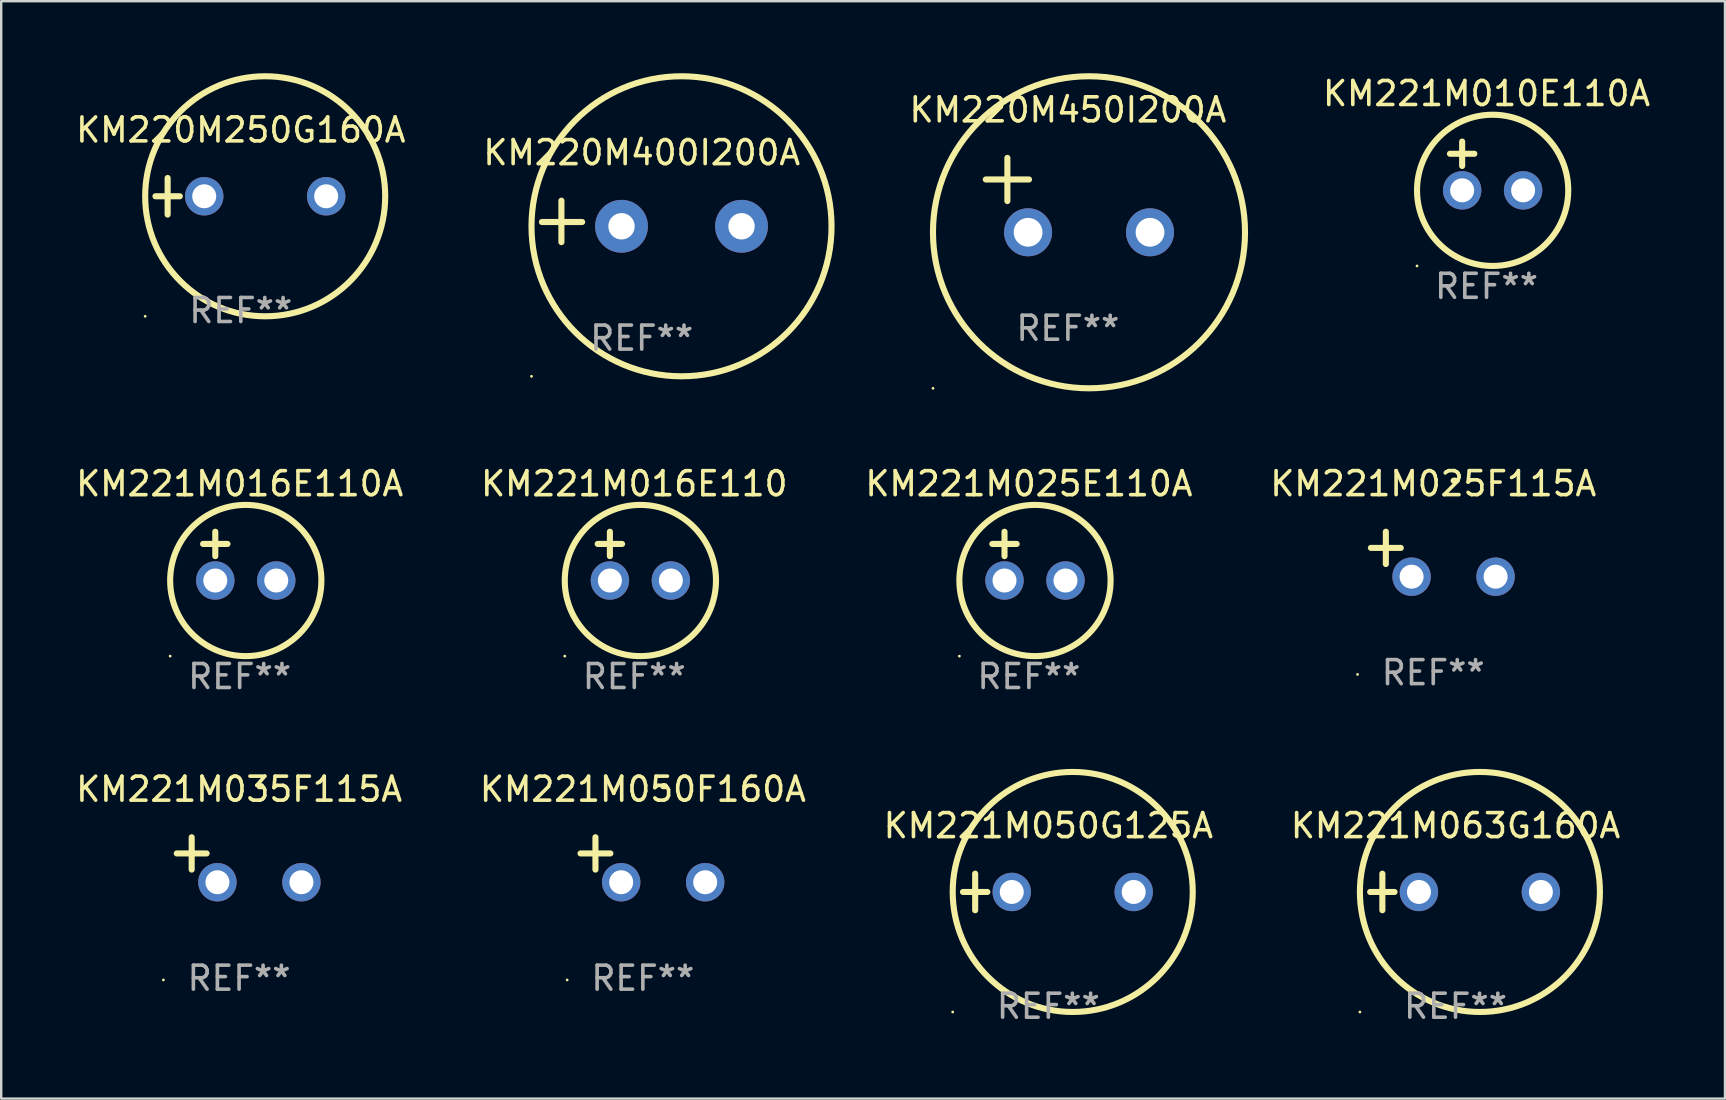
<source format=kicad_pcb>
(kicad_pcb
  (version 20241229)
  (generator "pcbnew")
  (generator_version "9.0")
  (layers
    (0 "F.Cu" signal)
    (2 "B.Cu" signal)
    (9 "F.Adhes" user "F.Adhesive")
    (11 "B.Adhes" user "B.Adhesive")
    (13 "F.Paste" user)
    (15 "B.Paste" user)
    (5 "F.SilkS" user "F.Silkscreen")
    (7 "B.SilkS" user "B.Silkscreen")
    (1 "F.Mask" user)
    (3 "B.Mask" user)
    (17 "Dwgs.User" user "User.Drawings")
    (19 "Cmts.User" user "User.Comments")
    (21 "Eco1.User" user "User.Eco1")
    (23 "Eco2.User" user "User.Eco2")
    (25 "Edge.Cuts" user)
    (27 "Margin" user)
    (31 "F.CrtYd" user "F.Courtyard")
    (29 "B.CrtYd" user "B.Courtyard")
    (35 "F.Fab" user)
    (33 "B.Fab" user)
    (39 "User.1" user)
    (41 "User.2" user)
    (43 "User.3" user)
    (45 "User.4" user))
  (footprint "KM221M035F115A"
    (layer "F.Cu")
    (at 6.911 32.768)
    (property "Reference" "KM221M035F115A" (at 0 -2.937 0) (layer "F.SilkS") (effects (font (size 1 1) (thickness 0.15))))
    (attr through_hole)
    (fp_line (start -1.975 0.41) (end -1.975 -0.937) (stroke (width 0.254) (type solid)) (layer "F.SilkS"))
    (fp_line (start -1.353 -0.263) (end -2.597 -0.263) (stroke (width 0.254) (type solid)) (layer "F.SilkS"))
    (fp_arc (start 0.849809 -3.063957) (mid 0.885369 -3.064114) (end 0.920929 -3.063957) (stroke (width 0.254001) (type solid)) (layer "F.SilkS"))
    (fp_circle (center -3.154 5.008) (end -3.124 5.008) (stroke (width 0.06) (type solid)) (fill no) (layer "F.SilkS"))
    (fp_text user "REF**" (at 0 4.937 0) (layer "F.Fab") (effects (font (size 1 1) (thickness 0.15))))
    (pad "1" thru_hole circle (at -0.903 0.937) (size 1.6 1.6) (drill 1) (layers "*.Cu" "*.Mask"))
    (pad "2" thru_hole circle (at 2.597 0.937) (size 1.6 1.6) (drill 1) (layers "*.Cu" "*.Mask")))
  (footprint "KM221M050F160A"
    (layer "F.Cu")
    (at 23.732 32.768)
    (property "Reference" "KM221M050F160A" (at 0 -2.937 0) (layer "F.SilkS") (effects (font (size 1 1) (thickness 0.15))))
    (attr through_hole)
    (fp_line (start -1.975 0.41) (end -1.975 -0.937) (stroke (width 0.254) (type solid)) (layer "F.SilkS"))
    (fp_line (start -1.353 -0.263) (end -2.597 -0.263) (stroke (width 0.254) (type solid)) (layer "F.SilkS"))
    (fp_arc (start 0.849809 -3.063957) (mid 0.885369 -3.064114) (end 0.920929 -3.063957) (stroke (width 0.254001) (type solid)) (layer "F.SilkS"))
    (fp_circle (center -3.154 5.008) (end -3.124 5.008) (stroke (width 0.06) (type solid)) (fill no) (layer "F.SilkS"))
    (fp_text user "REF**" (at 0 4.937 0) (layer "F.Fab") (effects (font (size 1 1) (thickness 0.15))))
    (pad "1" thru_hole circle (at -0.903 0.937) (size 1.6 1.6) (drill 1) (layers "*.Cu" "*.Mask"))
    (pad "2" thru_hole circle (at 2.597 0.937) (size 1.6 1.6) (drill 1) (layers "*.Cu" "*.Mask")))
  (footprint "KM220M450I200A"
    (layer "F.Cu")
    (at 41.44 5.077)
    (property "Reference" "KM220M450I200A" (at 0 -3.55 0) (layer "F.SilkS") (effects (font (size 1 1) (thickness 0.15))))
    (attr through_hole)
    (fp_line (start -3.421 -0.65) (end -1.621 -0.65) (stroke (width 0.254) (type solid)) (layer "F.SilkS"))
    (fp_line (start -2.521 -1.55) (end -2.521 0.25) (stroke (width 0.254) (type solid)) (layer "F.SilkS"))
    (fp_circle (center -5.619 8.05) (end -5.589 8.05) (stroke (width 0.06) (type solid)) (fill no) (layer "F.SilkS"))
    (fp_circle (center 0.879 1.55) (end 7.379 1.55) (stroke (width 0.254) (type solid)) (fill no) (layer "F.SilkS"))
    (fp_text user "REF**" (at 0 5.55 0) (layer "F.Fab") (effects (font (size 1 1) (thickness 0.15))))
    (pad "1" thru_hole circle (at -1.659 1.55) (size 2 2) (drill 1.2) (layers "*.Cu" "*.Mask"))
    (pad "2" thru_hole circle (at 3.421 1.55) (size 2 2) (drill 1.2) (layers "*.Cu" "*.Mask")))
  (footprint "KM220M400I200A"
    (layer "F.Cu")
    (at 23.685 6.174)
    (property "Reference" "KM220M400I200A" (at 0 -2.864 0) (layer "F.SilkS") (effects (font (size 1 1) (thickness 0.15))))
    (attr through_hole)
    (fp_line (start -3.346 0.864) (end -3.346 -0.864) (stroke (width 0.254) (type solid)) (layer "F.SilkS"))
    (fp_line (start -2.482 0.025) (end -4.158 0.025) (stroke (width 0.254) (type solid)) (layer "F.SilkS"))
    (fp_circle (center -4.592 6.453) (end -4.562 6.453) (stroke (width 0.06) (type solid)) (fill no) (layer "F.SilkS"))
    (fp_circle (center 1.658 0.203) (end 7.908 0.203) (stroke (width 0.254) (type solid)) (fill no) (layer "F.SilkS"))
    (fp_text user "REF**" (at 0 4.864 0) (layer "F.Fab") (effects (font (size 1 1) (thickness 0.15))))
    (pad "1" thru_hole circle (at -0.842 0.203) (size 2.2 2.2) (drill 1.1) (layers "*.Cu" "*.Mask"))
    (pad "2" thru_hole circle (at 4.158 0.203) (size 2.2 2.2) (drill 1.1) (layers "*.Cu" "*.Mask")))
  (footprint "KM221M050G125A"
    (layer "F.Cu")
    (at 40.625 34.11)
    (property "Reference" "KM221M050G125A" (at 0 -2.762 0) (layer "F.SilkS") (effects (font (size 1 1) (thickness 0.15))))
    (attr through_hole)
    (fp_line (start -3.556 0) (end -2.54 0) (stroke (width 0.254) (type solid)) (layer "F.SilkS"))
    (fp_line (start -3.048 -0.762) (end -3.048 0.762) (stroke (width 0.254) (type solid)) (layer "F.SilkS"))
    (fp_circle (center -3.984 5) (end -3.954 5) (stroke (width 0.06) (type solid)) (fill no) (layer "F.SilkS"))
    (fp_circle (center 1.016 0) (end 6.016 0) (stroke (width 0.254) (type solid)) (fill no) (layer "F.SilkS"))
    (fp_text user "REF**" (at 0 4.762 0) (layer "F.Fab") (effects (font (size 1 1) (thickness 0.15))))
    (pad "1" thru_hole circle (at -1.524 0) (size 1.6 1.6) (drill 1) (layers "*.Cu" "*.Mask"))
    (pad "2" thru_hole circle (at 3.556 0) (size 1.6 1.6) (drill 1) (layers "*.Cu" "*.Mask")))
  (footprint "KM221M016E110A"
    (layer "F.Cu")
    (at 6.935 20.119)
    (property "Reference" "KM221M016E110A" (at 0 -3.016 0) (layer "F.SilkS") (effects (font (size 1 1) (thickness 0.15))))
    (attr through_hole)
    (fp_line (start -1.524 -0.508) (end -0.508 -0.508) (stroke (width 0.254) (type solid)) (layer "F.SilkS"))
    (fp_line (start -1.016 -1.016) (end -1.016 0) (stroke (width 0.254) (type solid)) (layer "F.SilkS"))
    (fp_circle (center -2.896 4.166) (end -2.866 4.166) (stroke (width 0.06) (type solid)) (fill no) (layer "F.SilkS"))
    (fp_circle (center 0.254 1.016) (end 3.404 1.016) (stroke (width 0.254) (type solid)) (fill no) (layer "F.SilkS"))
    (fp_text user "REF**" (at 0 5.016 0) (layer "F.Fab") (effects (font (size 1 1) (thickness 0.15))))
    (pad "1" thru_hole circle (at -1.016 1.016) (size 1.6 1.6) (drill 1) (layers "*.Cu" "*.Mask"))
    (pad "2" thru_hole circle (at 1.524 1.016) (size 1.6 1.6) (drill 1) (layers "*.Cu" "*.Mask")))
  (footprint "KM221M063G160A"
    (layer "F.Cu")
    (at 57.589 34.11)
    (property "Reference" "KM221M063G160A" (at 0 -2.762 0) (layer "F.SilkS") (effects (font (size 1 1) (thickness 0.15))))
    (attr through_hole)
    (fp_line (start -3.556 0) (end -2.54 0) (stroke (width 0.254) (type solid)) (layer "F.SilkS"))
    (fp_line (start -3.048 -0.762) (end -3.048 0.762) (stroke (width 0.254) (type solid)) (layer "F.SilkS"))
    (fp_circle (center -3.984 5) (end -3.954 5) (stroke (width 0.06) (type solid)) (fill no) (layer "F.SilkS"))
    (fp_circle (center 1.016 0) (end 6.016 0) (stroke (width 0.254) (type solid)) (fill no) (layer "F.SilkS"))
    (fp_text user "REF**" (at 0 4.762 0) (layer "F.Fab") (effects (font (size 1 1) (thickness 0.15))))
    (pad "1" thru_hole circle (at -1.524 0) (size 1.6 1.6) (drill 1) (layers "*.Cu" "*.Mask"))
    (pad "2" thru_hole circle (at 3.556 0) (size 1.6 1.6) (drill 1) (layers "*.Cu" "*.Mask")))
  (footprint "KM221M025F115A"
    (layer "F.Cu")
    (at 56.661 20.039)
    (property "Reference" "KM221M025F115A" (at 0 -2.937 0) (layer "F.SilkS") (effects (font (size 1 1) (thickness 0.15))))
    (attr through_hole)
    (fp_line (start -1.975 0.41) (end -1.975 -0.937) (stroke (width 0.254) (type solid)) (layer "F.SilkS"))
    (fp_line (start -1.353 -0.263) (end -2.597 -0.263) (stroke (width 0.254) (type solid)) (layer "F.SilkS"))
    (fp_arc (start 0.849809 -3.063957) (mid 0.885369 -3.064114) (end 0.920929 -3.063957) (stroke (width 0.254001) (type solid)) (layer "F.SilkS"))
    (fp_circle (center -3.154 5.008) (end -3.124 5.008) (stroke (width 0.06) (type solid)) (fill no) (layer "F.SilkS"))
    (fp_text user "REF**" (at 0 4.937 0) (layer "F.Fab") (effects (font (size 1 1) (thickness 0.15))))
    (pad "1" thru_hole circle (at -0.903 0.937) (size 1.6 1.6) (drill 1) (layers "*.Cu" "*.Mask"))
    (pad "2" thru_hole circle (at 2.597 0.937) (size 1.6 1.6) (drill 1) (layers "*.Cu" "*.Mask")))
  (footprint "KM221M010E110A"
    (layer "F.Cu")
    (at 58.881 3.864)
    (property "Reference" "KM221M010E110A" (at 0 -3.016 0) (layer "F.SilkS") (effects (font (size 1 1) (thickness 0.15))))
    (attr through_hole)
    (fp_line (start -1.524 -0.508) (end -0.508 -0.508) (stroke (width 0.254) (type solid)) (layer "F.SilkS"))
    (fp_line (start -1.016 -1.016) (end -1.016 0) (stroke (width 0.254) (type solid)) (layer "F.SilkS"))
    (fp_circle (center -2.896 4.166) (end -2.866 4.166) (stroke (width 0.06) (type solid)) (fill no) (layer "F.SilkS"))
    (fp_circle (center 0.254 1.016) (end 3.404 1.016) (stroke (width 0.254) (type solid)) (fill no) (layer "F.SilkS"))
    (fp_text user "REF**" (at 0 5.016 0) (layer "F.Fab") (effects (font (size 1 1) (thickness 0.15))))
    (pad "1" thru_hole circle (at -1.016 1.016) (size 1.6 1.6) (drill 1) (layers "*.Cu" "*.Mask"))
    (pad "2" thru_hole circle (at 1.524 1.016) (size 1.6 1.6) (drill 1) (layers "*.Cu" "*.Mask")))
  (footprint "KM220M250G160A"
    (layer "F.Cu")
    (at 6.982 5.127)
    (property "Reference" "KM220M250G160A" (at 0 -2.762 0) (layer "F.SilkS") (effects (font (size 1 1) (thickness 0.15))))
    (attr through_hole)
    (fp_line (start -3.556 0) (end -2.54 0) (stroke (width 0.254) (type solid)) (layer "F.SilkS"))
    (fp_line (start -3.048 -0.762) (end -3.048 0.762) (stroke (width 0.254) (type solid)) (layer "F.SilkS"))
    (fp_circle (center -3.984 5) (end -3.954 5) (stroke (width 0.06) (type solid)) (fill no) (layer "F.SilkS"))
    (fp_circle (center 1.016 0) (end 6.016 0) (stroke (width 0.254) (type solid)) (fill no) (layer "F.SilkS"))
    (fp_text user "REF**" (at 0 4.762 0) (layer "F.Fab") (effects (font (size 1 1) (thickness 0.15))))
    (pad "1" thru_hole circle (at -1.524 0) (size 1.6 1.6) (drill 1) (layers "*.Cu" "*.Mask"))
    (pad "2" thru_hole circle (at 3.556 0) (size 1.6 1.6) (drill 1) (layers "*.Cu" "*.Mask")))
  (footprint "KM221M025E110A"
    (layer "F.Cu")
    (at 39.815 20.119)
    (property "Reference" "KM221M025E110A" (at 0 -3.016 0) (layer "F.SilkS") (effects (font (size 1 1) (thickness 0.15))))
    (attr through_hole)
    (fp_line (start -1.524 -0.508) (end -0.508 -0.508) (stroke (width 0.254) (type solid)) (layer "F.SilkS"))
    (fp_line (start -1.016 -1.016) (end -1.016 0) (stroke (width 0.254) (type solid)) (layer "F.SilkS"))
    (fp_circle (center -2.896 4.166) (end -2.866 4.166) (stroke (width 0.06) (type solid)) (fill no) (layer "F.SilkS"))
    (fp_circle (center 0.254 1.016) (end 3.404 1.016) (stroke (width 0.254) (type solid)) (fill no) (layer "F.SilkS"))
    (fp_text user "REF**" (at 0 5.016 0) (layer "F.Fab") (effects (font (size 1 1) (thickness 0.15))))
    (pad "1" thru_hole circle (at -1.016 1.016) (size 1.6 1.6) (drill 1) (layers "*.Cu" "*.Mask"))
    (pad "2" thru_hole circle (at 1.524 1.016) (size 1.6 1.6) (drill 1) (layers "*.Cu" "*.Mask")))
  (footprint "KM221M016E110"
    (layer "F.Cu")
    (at 23.375 20.119)
    (property "Reference" "KM221M016E110" (at 0 -3.016 0) (layer "F.SilkS") (effects (font (size 1 1) (thickness 0.15))))
    (attr through_hole)
    (fp_line (start -1.524 -0.508) (end -0.508 -0.508) (stroke (width 0.254) (type solid)) (layer "F.SilkS"))
    (fp_line (start -1.016 -1.016) (end -1.016 0) (stroke (width 0.254) (type solid)) (layer "F.SilkS"))
    (fp_circle (center -2.896 4.166) (end -2.866 4.166) (stroke (width 0.06) (type solid)) (fill no) (layer "F.SilkS"))
    (fp_circle (center 0.254 1.016) (end 3.404 1.016) (stroke (width 0.254) (type solid)) (fill no) (layer "F.SilkS"))
    (fp_text user "REF**" (at 0 5.016 0) (layer "F.Fab") (effects (font (size 1 1) (thickness 0.15))))
    (pad "1" thru_hole circle (at -1.016 1.016) (size 1.6 1.6) (drill 1) (layers "*.Cu" "*.Mask"))
    (pad "2" thru_hole circle (at 1.524 1.016) (size 1.6 1.6) (drill 1) (layers "*.Cu" "*.Mask")))
  (gr_rect
    (start -3 -3)
    (end 68.815 42.72)
    (stroke (width 0.1) (type default))
    (fill no)
    (layer "Edge.Cuts")))
</source>
